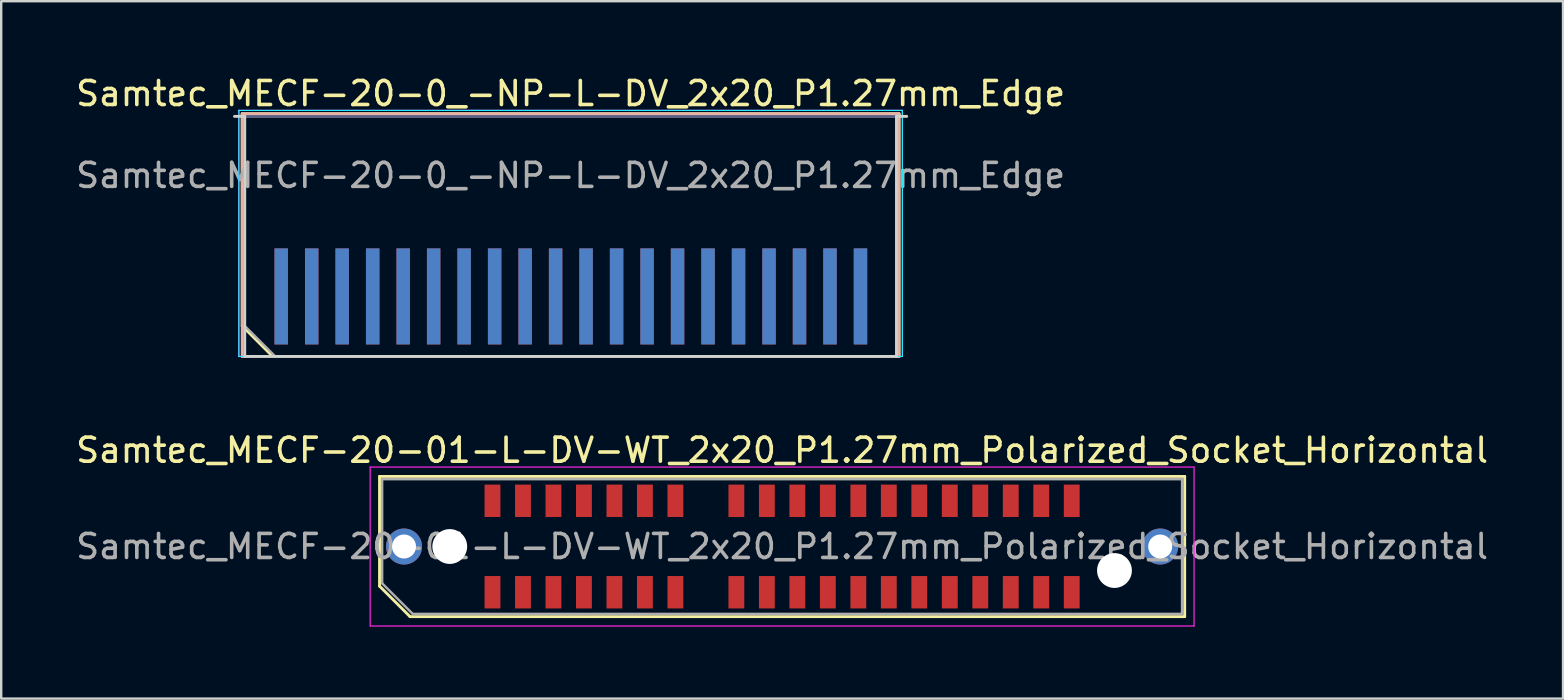
<source format=kicad_pcb>
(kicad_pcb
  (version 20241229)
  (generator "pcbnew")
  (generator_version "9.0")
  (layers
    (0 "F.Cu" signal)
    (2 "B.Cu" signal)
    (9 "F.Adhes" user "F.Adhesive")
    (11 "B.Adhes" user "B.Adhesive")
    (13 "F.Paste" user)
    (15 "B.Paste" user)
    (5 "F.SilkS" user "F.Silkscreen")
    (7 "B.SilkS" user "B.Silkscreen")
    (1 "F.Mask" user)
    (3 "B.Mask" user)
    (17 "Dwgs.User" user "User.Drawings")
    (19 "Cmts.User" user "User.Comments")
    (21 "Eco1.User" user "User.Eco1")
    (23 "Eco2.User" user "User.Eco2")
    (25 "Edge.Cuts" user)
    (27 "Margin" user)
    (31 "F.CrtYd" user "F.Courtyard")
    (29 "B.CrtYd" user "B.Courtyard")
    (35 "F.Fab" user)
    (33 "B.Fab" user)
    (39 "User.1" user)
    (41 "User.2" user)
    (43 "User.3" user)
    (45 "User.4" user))
  (footprint "Samtec_MECF-20-0_-NP-L-DV_2x20_P1.27mm_Edge"
    (layer "F.Cu")
    (at 20.72 6.798)
    (property "Reference" "Samtec_MECF-20-0_-NP-L-DV_2x20_P1.27mm_Edge" (at 0 -5.95 0) (layer "F.SilkS") (effects (font (size 1 1) (thickness 0.15))))
    (attr exclude_from_pos_files exclude_from_bom)
    (fp_line (start -13.68 -5.11) (end 13.68 -5.11) (stroke (width 0.12) (type solid)) (layer "F.SilkS"))
    (fp_line (start -13.68 3.73) (end -13.68 -5.11) (stroke (width 0.12) (type solid)) (layer "F.SilkS"))
    (fp_line (start -12.41 5) (end -13.68 3.73) (stroke (width 0.12) (type solid)) (layer "F.SilkS"))
    (fp_line (start -12.41 5) (end 13.68 5) (stroke (width 0.12) (type solid)) (layer "F.SilkS"))
    (fp_line (start 13.68 5) (end 13.68 -5.11) (stroke (width 0.12) (type solid)) (layer "F.SilkS"))
    (fp_line (start -13.68 -5.11) (end 13.68 -5.11) (stroke (width 0.12) (type solid)) (layer "B.SilkS"))
    (fp_line (start -13.68 5) (end -13.68 -5.11) (stroke (width 0.12) (type solid)) (layer "B.SilkS"))
    (fp_line (start -13.68 5) (end 13.68 5) (stroke (width 0.12) (type solid)) (layer "B.SilkS"))
    (fp_line (start 13.68 5) (end 13.68 -5.11) (stroke (width 0.12) (type solid)) (layer "B.SilkS"))
    (fp_line (start -14 -5) (end -13.575 -5) (stroke (width 0.12) (type solid)) (layer "Edge.Cuts"))
    (fp_line (start -13.575 5) (end -13.575 -5) (stroke (width 0.12) (type solid)) (layer "Edge.Cuts"))
    (fp_line (start -13.575 5) (end 13.575 5) (stroke (width 0.12) (type solid)) (layer "Edge.Cuts"))
    (fp_line (start 13.575 5) (end 13.575 -5) (stroke (width 0.12) (type solid)) (layer "Edge.Cuts"))
    (fp_line (start 14 -5) (end 13.575 -5) (stroke (width 0.12) (type solid)) (layer "Edge.Cuts"))
    (fp_line (start -13.82 -5.25) (end -13.82 5) (stroke (width 0.05) (type solid)) (layer "B.CrtYd"))
    (fp_line (start -13.82 5) (end 13.82 5) (stroke (width 0.05) (type solid)) (layer "B.CrtYd"))
    (fp_line (start 13.82 -5.25) (end -13.82 -5.25) (stroke (width 0.05) (type solid)) (layer "B.CrtYd"))
    (fp_line (start 13.82 5) (end 13.82 -5.25) (stroke (width 0.05) (type solid)) (layer "B.CrtYd"))
    (fp_line (start -13.82 -5.25) (end -13.82 5) (stroke (width 0.05) (type solid)) (layer "F.CrtYd"))
    (fp_line (start -13.82 5) (end 13.82 5) (stroke (width 0.05) (type solid)) (layer "F.CrtYd"))
    (fp_line (start 13.82 -5.25) (end -13.82 -5.25) (stroke (width 0.05) (type solid)) (layer "F.CrtYd"))
    (fp_line (start 13.82 5) (end 13.82 -5.25) (stroke (width 0.05) (type solid)) (layer "F.CrtYd"))
    (fp_line (start -13.575 -5) (end 13.575 -5) (stroke (width 0.1) (type solid)) (layer "B.Fab"))
    (fp_line (start -13.575 5) (end -13.575 -5) (stroke (width 0.1) (type solid)) (layer "B.Fab"))
    (fp_line (start -13.575 5) (end 13.575 5) (stroke (width 0.1) (type solid)) (layer "B.Fab"))
    (fp_line (start 13.575 5) (end 13.575 -5) (stroke (width 0.1) (type solid)) (layer "B.Fab"))
    (fp_line (start -13.575 -5) (end 13.575 -5) (stroke (width 0.1) (type solid)) (layer "F.Fab"))
    (fp_line (start -13.575 3.73) (end -13.575 -5) (stroke (width 0.1) (type solid)) (layer "F.Fab"))
    (fp_line (start -13.575 3.73) (end -12.305 5) (stroke (width 0.1) (type solid)) (layer "F.Fab"))
    (fp_line (start -12.305 5) (end 13.575 5) (stroke (width 0.1) (type solid)) (layer "F.Fab"))
    (fp_line (start 13.575 5) (end 13.575 -5) (stroke (width 0.1) (type solid)) (layer "F.Fab"))
    (fp_text user "${REFERENCE}" (at 0 -2.54 0) (layer "F.Fab") (effects (font (size 1 1) (thickness 0.15))))
    (pad "1" connect rect (at -12.055 2.5) (size 0.56 4) (layers "F.Cu" "F.Mask"))
    (pad "2" connect rect (at -12.055 2.5) (size 0.56 4) (layers "B.Cu" "B.Mask"))
    (pad "3" connect rect (at -10.785 2.5) (size 0.56 4) (layers "F.Cu" "F.Mask"))
    (pad "4" connect rect (at -10.785 2.5) (size 0.56 4) (layers "B.Cu" "B.Mask"))
    (pad "5" connect rect (at -9.515 2.5) (size 0.56 4) (layers "F.Cu" "F.Mask"))
    (pad "6" connect rect (at -9.515 2.5) (size 0.56 4) (layers "B.Cu" "B.Mask"))
    (pad "7" connect rect (at -8.245 2.5) (size 0.56 4) (layers "F.Cu" "F.Mask"))
    (pad "8" connect rect (at -8.245 2.5) (size 0.56 4) (layers "B.Cu" "B.Mask"))
    (pad "9" connect rect (at -6.975 2.5) (size 0.56 4) (layers "F.Cu" "F.Mask"))
    (pad "10" connect rect (at -6.975 2.5) (size 0.56 4) (layers "B.Cu" "B.Mask"))
    (pad "11" connect rect (at -5.705 2.5) (size 0.56 4) (layers "F.Cu" "F.Mask"))
    (pad "12" connect rect (at -5.705 2.5) (size 0.56 4) (layers "B.Cu" "B.Mask"))
    (pad "13" connect rect (at -4.435 2.5) (size 0.56 4) (layers "F.Cu" "F.Mask"))
    (pad "14" connect rect (at -4.435 2.5) (size 0.56 4) (layers "B.Cu" "B.Mask"))
    (pad "15" connect rect (at -3.165 2.5) (size 0.56 4) (layers "F.Cu" "F.Mask"))
    (pad "16" connect rect (at -3.165 2.5) (size 0.56 4) (layers "B.Cu" "B.Mask"))
    (pad "17" connect rect (at -1.895 2.5) (size 0.56 4) (layers "F.Cu" "F.Mask"))
    (pad "18" connect rect (at -1.895 2.5) (size 0.56 4) (layers "B.Cu" "B.Mask"))
    (pad "19" connect rect (at -0.625 2.5) (size 0.56 4) (layers "F.Cu" "F.Mask"))
    (pad "20" connect rect (at -0.625 2.5) (size 0.56 4) (layers "B.Cu" "B.Mask"))
    (pad "21" connect rect (at 0.645 2.5) (size 0.56 4) (layers "F.Cu" "F.Mask"))
    (pad "22" connect rect (at 0.645 2.5) (size 0.56 4) (layers "B.Cu" "B.Mask"))
    (pad "23" connect rect (at 1.915 2.5) (size 0.56 4) (layers "F.Cu" "F.Mask"))
    (pad "24" connect rect (at 1.915 2.5) (size 0.56 4) (layers "B.Cu" "B.Mask"))
    (pad "25" connect rect (at 3.185 2.5) (size 0.56 4) (layers "F.Cu" "F.Mask"))
    (pad "26" connect rect (at 3.185 2.5) (size 0.56 4) (layers "B.Cu" "B.Mask"))
    (pad "27" connect rect (at 4.455 2.5) (size 0.56 4) (layers "F.Cu" "F.Mask"))
    (pad "28" connect rect (at 4.455 2.5) (size 0.56 4) (layers "B.Cu" "B.Mask"))
    (pad "29" connect rect (at 5.725 2.5) (size 0.56 4) (layers "F.Cu" "F.Mask"))
    (pad "30" connect rect (at 5.725 2.5) (size 0.56 4) (layers "B.Cu" "B.Mask"))
    (pad "31" connect rect (at 6.995 2.5) (size 0.56 4) (layers "F.Cu" "F.Mask"))
    (pad "32" connect rect (at 6.995 2.5) (size 0.56 4) (layers "B.Cu" "B.Mask"))
    (pad "33" connect rect (at 8.265 2.5) (size 0.56 4) (layers "F.Cu" "F.Mask"))
    (pad "34" connect rect (at 8.265 2.5) (size 0.56 4) (layers "B.Cu" "B.Mask"))
    (pad "35" connect rect (at 9.535 2.5) (size 0.56 4) (layers "F.Cu" "F.Mask"))
    (pad "36" connect rect (at 9.535 2.5) (size 0.56 4) (layers "B.Cu" "B.Mask"))
    (pad "37" connect rect (at 10.805 2.5) (size 0.56 4) (layers "F.Cu" "F.Mask"))
    (pad "38" connect rect (at 10.805 2.5) (size 0.56 4) (layers "B.Cu" "B.Mask"))
    (pad "39" connect rect (at 12.075 2.5) (size 0.56 4) (layers "F.Cu" "F.Mask"))
    (pad "40" connect rect (at 12.075 2.5) (size 0.56 4) (layers "B.Cu" "B.Mask")))
  (footprint "Samtec_MECF-20-01-L-DV-WT_2x20_P1.27mm_Polarized_Socket_Horizontal"
    (layer "F.Cu")
    (at 29.53 19.716)
    (property "Reference" "Samtec_MECF-20-01-L-DV-WT_2x20_P1.27mm_Polarized_Socket_Horizontal" (at 0 -4.01 0) (layer "F.SilkS") (effects (font (size 1 1) (thickness 0.15))))
    (attr smd)
    (fp_line (start -16.77 -2.92) (end 16.77 -2.92) (stroke (width 0.12) (type solid)) (layer "F.SilkS"))
    (fp_line (start -16.77 1.65) (end -16.77 -2.92) (stroke (width 0.12) (type solid)) (layer "F.SilkS"))
    (fp_line (start -15.5 2.92) (end -16.77 1.65) (stroke (width 0.12) (type solid)) (layer "F.SilkS"))
    (fp_line (start -15.5 2.92) (end 16.77 2.92) (stroke (width 0.12) (type solid)) (layer "F.SilkS"))
    (fp_line (start 16.77 2.92) (end 16.77 -2.92) (stroke (width 0.12) (type solid)) (layer "F.SilkS"))
    (fp_line (start -17.16 -3.31) (end -17.16 3.31) (stroke (width 0.05) (type solid)) (layer "F.CrtYd"))
    (fp_line (start -17.16 3.31) (end 17.16 3.31) (stroke (width 0.05) (type solid)) (layer "F.CrtYd"))
    (fp_line (start 17.16 -3.31) (end -17.16 -3.31) (stroke (width 0.05) (type solid)) (layer "F.CrtYd"))
    (fp_line (start 17.16 3.31) (end 17.16 -3.31) (stroke (width 0.05) (type solid)) (layer "F.CrtYd"))
    (fp_line (start -16.66 -2.805) (end 16.66 -2.805) (stroke (width 0.1) (type solid)) (layer "F.Fab"))
    (fp_line (start -16.66 1.535) (end -16.66 -2.805) (stroke (width 0.1) (type solid)) (layer "F.Fab"))
    (fp_line (start -16.66 1.535) (end -15.39 2.805) (stroke (width 0.1) (type solid)) (layer "F.Fab"))
    (fp_line (start -15.39 2.805) (end 16.66 2.805) (stroke (width 0.1) (type solid)) (layer "F.Fab"))
    (fp_line (start 16.66 2.805) (end 16.66 -2.805) (stroke (width 0.1) (type solid)) (layer "F.Fab"))
    (fp_text user "${REFERENCE}" (at 0 0 0) (layer "F.Fab") (effects (font (size 1 1) (thickness 0.15))))
    (pad "" thru_hole circle (at -15.75 0) (size 1.5 1.5) (drill 1) (layers "*.Cu" "*.Mask"))
    (pad "" np_thru_hole circle (at -13.845 0) (size 1.45 1.45) (drill 1.45) (layers "*.Cu" "*.Mask"))
    (pad "" np_thru_hole circle (at 13.845 1) (size 1.45 1.45) (drill 1.45) (layers "*.Cu" "*.Mask"))
    (pad "" thru_hole circle (at 15.75 0) (size 1.5 1.5) (drill 1) (layers "*.Cu" "*.Mask"))
    (pad "1" smd rect (at -12.065 1.905) (size 0.66 1.35) (layers "F.Cu" "F.Mask" "F.Paste"))
    (pad "2" smd rect (at -12.065 -1.905) (size 0.66 1.35) (layers "F.Cu" "F.Mask" "F.Paste"))
    (pad "3" smd rect (at -10.795 1.905) (size 0.66 1.35) (layers "F.Cu" "F.Mask" "F.Paste"))
    (pad "4" smd rect (at -10.795 -1.905) (size 0.66 1.35) (layers "F.Cu" "F.Mask" "F.Paste"))
    (pad "5" smd rect (at -9.525 1.905) (size 0.66 1.35) (layers "F.Cu" "F.Mask" "F.Paste"))
    (pad "6" smd rect (at -9.525 -1.905) (size 0.66 1.35) (layers "F.Cu" "F.Mask" "F.Paste"))
    (pad "7" smd rect (at -8.255 1.905) (size 0.66 1.35) (layers "F.Cu" "F.Mask" "F.Paste"))
    (pad "8" smd rect (at -8.255 -1.905) (size 0.66 1.35) (layers "F.Cu" "F.Mask" "F.Paste"))
    (pad "9" smd rect (at -6.985 1.905) (size 0.66 1.35) (layers "F.Cu" "F.Mask" "F.Paste"))
    (pad "10" smd rect (at -6.985 -1.905) (size 0.66 1.35) (layers "F.Cu" "F.Mask" "F.Paste"))
    (pad "11" smd rect (at -5.715 1.905) (size 0.66 1.35) (layers "F.Cu" "F.Mask" "F.Paste"))
    (pad "12" smd rect (at -5.715 -1.905) (size 0.66 1.35) (layers "F.Cu" "F.Mask" "F.Paste"))
    (pad "13" smd rect (at -4.445 1.905) (size 0.66 1.35) (layers "F.Cu" "F.Mask" "F.Paste"))
    (pad "14" smd rect (at -4.445 -1.905) (size 0.66 1.35) (layers "F.Cu" "F.Mask" "F.Paste"))
    (pad "17" smd rect (at -1.905 1.905) (size 0.66 1.35) (layers "F.Cu" "F.Mask" "F.Paste"))
    (pad "18" smd rect (at -1.905 -1.905) (size 0.66 1.35) (layers "F.Cu" "F.Mask" "F.Paste"))
    (pad "19" smd rect (at -0.635 1.905) (size 0.66 1.35) (layers "F.Cu" "F.Mask" "F.Paste"))
    (pad "20" smd rect (at -0.635 -1.905) (size 0.66 1.35) (layers "F.Cu" "F.Mask" "F.Paste"))
    (pad "21" smd rect (at 0.635 1.905) (size 0.66 1.35) (layers "F.Cu" "F.Mask" "F.Paste"))
    (pad "22" smd rect (at 0.635 -1.905) (size 0.66 1.35) (layers "F.Cu" "F.Mask" "F.Paste"))
    (pad "23" smd rect (at 1.905 1.905) (size 0.66 1.35) (layers "F.Cu" "F.Mask" "F.Paste"))
    (pad "24" smd rect (at 1.905 -1.905) (size 0.66 1.35) (layers "F.Cu" "F.Mask" "F.Paste"))
    (pad "25" smd rect (at 3.175 1.905) (size 0.66 1.35) (layers "F.Cu" "F.Mask" "F.Paste"))
    (pad "26" smd rect (at 3.175 -1.905) (size 0.66 1.35) (layers "F.Cu" "F.Mask" "F.Paste"))
    (pad "27" smd rect (at 4.445 1.905) (size 0.66 1.35) (layers "F.Cu" "F.Mask" "F.Paste"))
    (pad "28" smd rect (at 4.445 -1.905) (size 0.66 1.35) (layers "F.Cu" "F.Mask" "F.Paste"))
    (pad "29" smd rect (at 5.715 1.905) (size 0.66 1.35) (layers "F.Cu" "F.Mask" "F.Paste"))
    (pad "30" smd rect (at 5.715 -1.905) (size 0.66 1.35) (layers "F.Cu" "F.Mask" "F.Paste"))
    (pad "31" smd rect (at 6.985 1.905) (size 0.66 1.35) (layers "F.Cu" "F.Mask" "F.Paste"))
    (pad "32" smd rect (at 6.985 -1.905) (size 0.66 1.35) (layers "F.Cu" "F.Mask" "F.Paste"))
    (pad "33" smd rect (at 8.255 1.905) (size 0.66 1.35) (layers "F.Cu" "F.Mask" "F.Paste"))
    (pad "34" smd rect (at 8.255 -1.905) (size 0.66 1.35) (layers "F.Cu" "F.Mask" "F.Paste"))
    (pad "35" smd rect (at 9.525 1.905) (size 0.66 1.35) (layers "F.Cu" "F.Mask" "F.Paste"))
    (pad "36" smd rect (at 9.525 -1.905) (size 0.66 1.35) (layers "F.Cu" "F.Mask" "F.Paste"))
    (pad "37" smd rect (at 10.795 1.905) (size 0.66 1.35) (layers "F.Cu" "F.Mask" "F.Paste"))
    (pad "38" smd rect (at 10.795 -1.905) (size 0.66 1.35) (layers "F.Cu" "F.Mask" "F.Paste"))
    (pad "39" smd rect (at 12.065 1.905) (size 0.66 1.35) (layers "F.Cu" "F.Mask" "F.Paste"))
    (pad "40" smd rect (at 12.065 -1.905) (size 0.66 1.35) (layers "F.Cu" "F.Mask" "F.Paste")))
  (gr_rect
    (start -3 -3)
    (end 62.06 26.052)
    (stroke (width 0.1) (type default))
    (fill no)
    (layer "Edge.Cuts")))
</source>
